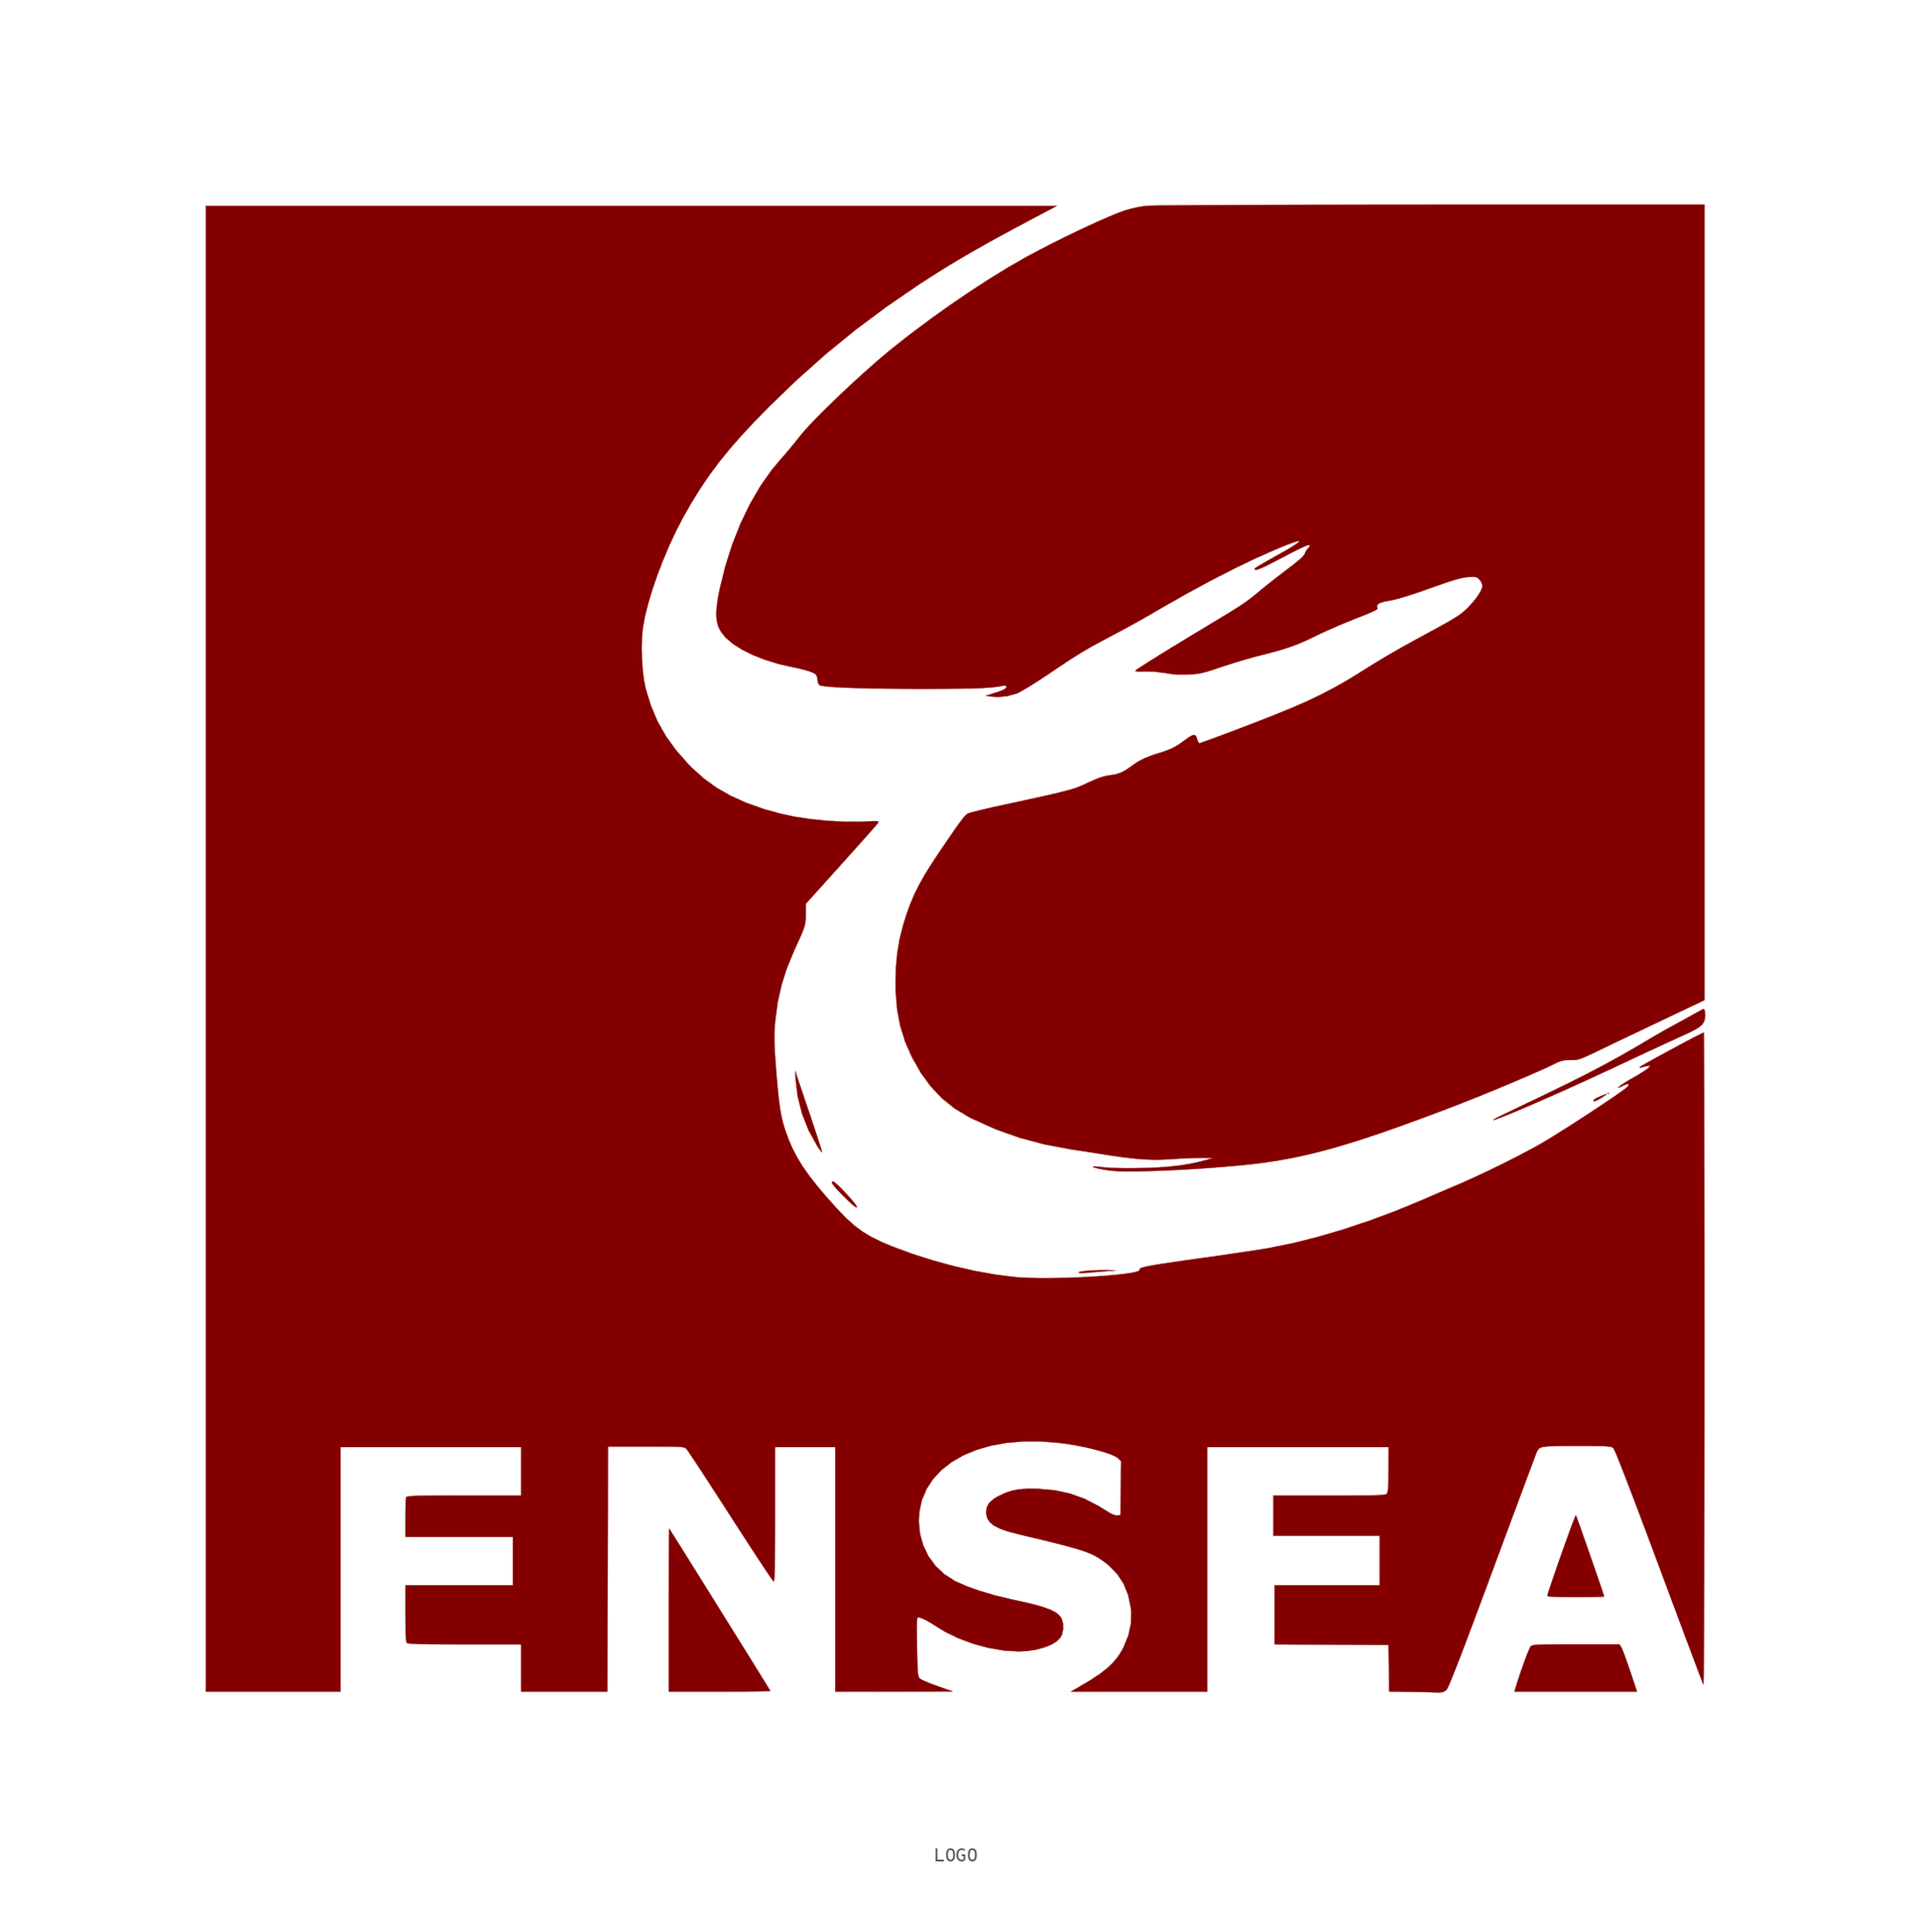
<source format=kicad_sym>
(kicad_symbol_lib
  (version 20220914)
  (generator "bitmap2component")
  (generator_version "9.0")
  (symbol "LOGO"
    (pin_names
      (offset 1.016))
    (property "Reference" "#G"
      (at 0 52.705 0)
      (effects (font (size 1.27 1.27)) hide))
    (symbol "LOGO_0_0"
      (polyline (pts (xy 34.953 -53.285) (xy 35.168 -53.15) (xy 35.194 -53.116) (xy 35.26 -52.998) (xy 35.355 -52.798) (xy 35.48 -52.507) (xy 35.638 -52.12) (xy 35.833 -51.629) (xy 36.067 -51.027) (xy 36.343 -50.308) (xy 36.663 -49.464) (xy 37.03 -48.488) (xy 37.447 -47.374) (xy 37.916 -46.115) (xy 38.44 -44.704) (xy 38.78 -43.789) (xy 39.19 -42.684) (xy 39.583 -41.628) (xy 39.952 -40.633) (xy 40.296 -39.709) (xy 40.609 -38.868) (xy 40.888 -38.12) (xy 41.128 -37.476) (xy 41.326 -36.947) (xy 41.477 -36.545) (xy 41.577 -36.279) (xy 41.623 -36.161) (xy 41.674 -36.039) (xy 41.737 -35.922) (xy 41.819 -35.831) (xy 41.938 -35.763) (xy 42.115 -35.715) (xy 42.367 -35.682) (xy 42.713 -35.663) (xy 43.172 -35.652) (xy 43.763 -35.648) (xy 44.504 -35.647) (xy 44.786 -35.647) (xy 45.447 -35.648) (xy 45.965 -35.651) (xy 46.358 -35.659) (xy 46.648 -35.672) (xy 46.852 -35.69) (xy 46.99 -35.716) (xy 47.081 -35.75) (xy 47.144 -35.793) (xy 47.157 -35.809) (xy 47.235 -35.964) (xy 47.37 -36.277) (xy 47.562 -36.746) (xy 47.808 -37.37) (xy 48.11 -38.147) (xy 48.466 -39.075) (xy 48.875 -40.155) (xy 49.338 -41.383) (xy 49.854 -42.759) (xy 50.422 -44.281) (xy 50.8 -45.297) (xy 51.21 -46.397) (xy 51.602 -47.445) (xy 51.969 -48.429) (xy 52.31 -49.34) (xy 52.62 -50.165) (xy 52.894 -50.895) (xy 53.13 -51.52) (xy 53.322 -52.028) (xy 53.467 -52.409) (xy 53.561 -52.652) (xy 53.6 -52.747) (xy 53.606 -52.683) (xy 53.612 -52.457) (xy 53.619 -52.072) (xy 53.625 -51.537) (xy 53.63 -50.855) (xy 53.636 -50.035) (xy 53.641 -49.081) (xy 53.646 -48) (xy 53.651 -46.798) (xy 53.655 -45.48) (xy 53.659 -44.054) (xy 53.663 -42.525) (xy 53.666 -40.898) (xy 53.669 -39.181) (xy 53.671 -37.379) (xy 53.673 -35.498) (xy 53.675 -33.544) (xy 53.675 -31.524) (xy 53.676 -29.443) (xy 53.676 -28.787) (xy 53.676 -26.82) (xy 53.675 -24.901) (xy 53.675 -23.034) (xy 53.674 -21.229) (xy 53.672 -19.49) (xy 53.67 -17.825) (xy 53.668 -16.241) (xy 53.666 -14.744) (xy 53.663 -13.342) (xy 53.661 -12.041) (xy 53.658 -10.848) (xy 53.654 -9.77) (xy 53.651 -8.814) (xy 53.647 -7.986) (xy 53.643 -7.293) (xy 53.639 -6.743) (xy 53.635 -6.341) (xy 53.631 -6.095) (xy 53.627 -6.011) (xy 53.605 -6.017) (xy 53.458 -6.084) (xy 53.196 -6.215) (xy 52.84 -6.399) (xy 52.414 -6.623) (xy 51.938 -6.876) (xy 51.436 -7.145) (xy 50.929 -7.42) (xy 50.439 -7.687) (xy 49.989 -7.935) (xy 49.6 -8.152) (xy 49.295 -8.326) (xy 49.096 -8.445) (xy 49.024 -8.497) (xy 49.05 -8.528) (xy 49.17 -8.512) (xy 49.337 -8.46) (xy 49.572 -8.405) (xy 49.579 -8.404) (xy 49.747 -8.377) (xy 49.769 -8.412) (xy 49.666 -8.538) (xy 49.534 -8.647) (xy 49.287 -8.815) (xy 48.962 -9.017) (xy 48.593 -9.232) (xy 48.429 -9.325) (xy 48.1 -9.521) (xy 47.828 -9.695) (xy 47.627 -9.834) (xy 47.512 -9.928) (xy 47.497 -9.966) (xy 47.596 -9.936) (xy 47.824 -9.828) (xy 47.998 -9.743) (xy 48.175 -9.683) (xy 48.241 -9.716) (xy 48.214 -9.844) (xy 48.207 -9.855) (xy 48.093 -9.958) (xy 47.856 -10.137) (xy 47.514 -10.382) (xy 47.084 -10.679) (xy 46.584 -11.018) (xy 46.03 -11.389) (xy 45.439 -11.778) (xy 44.83 -12.176) (xy 44.219 -12.57) (xy 43.623 -12.95) (xy 43.06 -13.303) (xy 42.547 -13.62) (xy 42.102 -13.887) (xy 41.741 -14.095) (xy 41.08 -14.455) (xy 40.05 -14.994) (xy 38.962 -15.54) (xy 37.867 -16.068) (xy 36.815 -16.555) (xy 35.856 -16.975) (xy 35.636 -17.068) (xy 35.067 -17.311) (xy 34.48 -17.562) (xy 33.933 -17.797) (xy 33.486 -17.991) (xy 33.372 -18.041) (xy 31.513 -18.808) (xy 29.628 -19.509) (xy 27.748 -20.134) (xy 25.902 -20.674) (xy 24.122 -21.12) (xy 22.437 -21.46) (xy 22.428 -21.462) (xy 22.056 -21.524) (xy 21.544 -21.605) (xy 20.921 -21.7) (xy 20.214 -21.806) (xy 19.45 -21.918) (xy 18.658 -22.032) (xy 17.865 -22.144) (xy 17.368 -22.213) (xy 16.424 -22.347) (xy 15.629 -22.461) (xy 14.972 -22.559) (xy 14.44 -22.643) (xy 14.021 -22.714) (xy 13.702 -22.776) (xy 13.471 -22.831) (xy 13.316 -22.88) (xy 13.224 -22.927) (xy 13.184 -22.973) (xy 13.181 -23.022) (xy 13.182 -23.032) (xy 13.099 -23.107) (xy 12.867 -23.18) (xy 12.503 -23.252) (xy 12.024 -23.319) (xy 11.45 -23.382) (xy 10.796 -23.44) (xy 10.082 -23.491) (xy 9.324 -23.535) (xy 8.54 -23.57) (xy 7.749 -23.595) (xy 6.966 -23.61) (xy 6.211 -23.613) (xy 5.501 -23.603) (xy 4.853 -23.579) (xy 4.285 -23.541) (xy 4.282 -23.541) (xy 2.913 -23.374) (xy 1.448 -23.115) (xy -0.073 -22.771) (xy -1.612 -22.352) (xy -3.13 -21.869) (xy -4.589 -21.33) (xy -5.302 -21.03) (xy -6.042 -20.668) (xy -6.69 -20.276) (xy -7.289 -19.828) (xy -7.878 -19.295) (xy -8.501 -18.647) (xy -9.267 -17.792) (xy -9.93 -17.011) (xy -10.49 -16.296) (xy -10.961 -15.629) (xy -11.356 -14.988) (xy -11.688 -14.353) (xy -11.972 -13.703) (xy -12.221 -13.018) (xy -12.305 -12.756) (xy -12.414 -12.368) (xy -12.507 -11.959) (xy -12.588 -11.506) (xy -12.662 -10.983) (xy -12.731 -10.365) (xy -12.8 -9.628) (xy -12.873 -8.747) (xy -12.877 -8.7) (xy -12.931 -7.972) (xy -12.971 -7.381) (xy -12.995 -6.895) (xy -13.006 -6.484) (xy -13.003 -6.117) (xy -12.988 -5.763) (xy -12.961 -5.393) (xy -12.932 -5.074) (xy -12.756 -3.782) (xy -12.484 -2.57) (xy -12.102 -1.38) (xy -11.595 -0.155) (xy -11.427 0.215) (xy -11.202 0.711) (xy -11.035 1.094) (xy -10.915 1.391) (xy -10.836 1.627) (xy -10.789 1.828) (xy -10.765 2.02) (xy -10.756 2.228) (xy -10.755 2.48) (xy -10.753 3.224) (xy -8.192 6.067) (xy -7.777 6.528) (xy -7.272 7.091) (xy -6.809 7.608) (xy -6.402 8.066) (xy -6.061 8.452) (xy -5.798 8.751) (xy -5.626 8.952) (xy -5.555 9.04) (xy -5.547 9.056) (xy -5.544 9.105) (xy -5.61 9.134) (xy -5.769 9.145) (xy -6.047 9.139) (xy -6.468 9.118) (xy -6.827 9.103) (xy -7.979 9.104) (xy -9.189 9.168) (xy -10.403 9.292) (xy -11.565 9.469) (xy -12.618 9.695) (xy -13.746 10.011) (xy -15.009 10.455) (xy -16.142 10.965) (xy -17.162 11.551) (xy -18.086 12.222) (xy -18.932 12.986) (xy -19.157 13.215) (xy -20.047 14.223) (xy -20.785 15.247) (xy -21.387 16.313) (xy -21.866 17.446) (xy -22.238 18.669) (xy -22.353 19.244) (xy -22.443 19.963) (xy -22.499 20.747) (xy -22.518 21.544) (xy -22.499 22.303) (xy -22.439 22.971) (xy -22.433 23.017) (xy -22.284 23.824) (xy -22.054 24.74) (xy -21.754 25.736) (xy -21.395 26.782) (xy -20.987 27.848) (xy -20.541 28.903) (xy -20.069 29.917) (xy -19.581 30.861) (xy -19.553 30.911) (xy -18.94 31.987) (xy -18.314 32.996) (xy -17.659 33.961) (xy -16.955 34.905) (xy -16.186 35.853) (xy -15.332 36.827) (xy -14.375 37.851) (xy -13.298 38.948) (xy -11.373 40.802) (xy -9.309 42.638) (xy -7.188 44.368) (xy -4.973 46.022) (xy -2.626 47.63) (xy -2.557 47.675) (xy -1.687 48.238) (xy -0.822 48.781) (xy 0.062 49.318) (xy 0.987 49.861) (xy 1.975 50.423) (xy 3.049 51.019) (xy 4.232 51.659) (xy 5.546 52.359) (xy 7.239 53.254) (xy -23.262 53.255) (xy -53.763 53.255) (xy -53.763 0) (xy -53.763 -53.255) (xy -48.937 -53.255) (xy -44.111 -53.255) (xy -44.111 -44.492) (xy -44.111 -35.729) (xy -37.634 -35.729) (xy -31.157 -35.729) (xy -31.157 -37.465) (xy -31.157 -39.201) (xy -35.255 -39.201) (xy -35.907 -39.201) (xy -36.747 -39.202) (xy -37.441 -39.205) (xy -38.004 -39.209) (xy -38.447 -39.217) (xy -38.787 -39.226) (xy -39.035 -39.24) (xy -39.208 -39.257) (xy -39.317 -39.278) (xy -39.378 -39.304) (xy -39.403 -39.334) (xy -39.414 -39.391) (xy -39.43 -39.602) (xy -39.443 -39.932) (xy -39.452 -40.347) (xy -39.455 -40.816) (xy -39.455 -42.164) (xy -35.602 -42.164) (xy -31.75 -42.164) (xy -31.75 -43.9) (xy -31.75 -45.635) (xy -35.602 -45.635) (xy -39.455 -45.635) (xy -39.455 -47.65) (xy -39.454 -48.051) (xy -39.448 -48.67) (xy -39.435 -49.139) (xy -39.416 -49.469) (xy -39.389 -49.675) (xy -39.353 -49.767) (xy -39.335 -49.778) (xy -39.228 -49.801) (xy -39.026 -49.821) (xy -38.717 -49.836) (xy -38.29 -49.849) (xy -37.736 -49.858) (xy -37.044 -49.864) (xy -36.204 -49.867) (xy -35.205 -49.869) (xy -31.157 -49.869) (xy -31.157 -51.562) (xy -31.157 -53.255) (xy -28.067 -53.255) (xy -24.977 -53.255) (xy -24.956 -44.471) (xy -24.934 -35.687) (xy -22.206 -35.687) (xy -21.832 -35.687) (xy -21.153 -35.688) (xy -20.616 -35.691) (xy -20.204 -35.697) (xy -19.897 -35.707) (xy -19.677 -35.723) (xy -19.526 -35.745) (xy -19.427 -35.774) (xy -19.359 -35.812) (xy -19.305 -35.86) (xy -19.29 -35.878) (xy -19.186 -36.024) (xy -19.002 -36.295) (xy -18.745 -36.68) (xy -18.424 -37.166) (xy -18.048 -37.741) (xy -17.624 -38.392) (xy -17.16 -39.108) (xy -16.664 -39.874) (xy -16.146 -40.68) (xy -15.952 -40.98) (xy -15.445 -41.767) (xy -14.965 -42.506) (xy -14.521 -43.187) (xy -14.122 -43.797) (xy -13.774 -44.323) (xy -13.485 -44.755) (xy -13.264 -45.08) (xy -13.119 -45.286) (xy -13.056 -45.361) (xy -13.04 -45.349) (xy -13.02 -45.265) (xy -13.003 -45.092) (xy -12.989 -44.821) (xy -12.977 -44.442) (xy -12.968 -43.944) (xy -12.962 -43.317) (xy -12.957 -42.551) (xy -12.955 -41.636) (xy -12.954 -40.562) (xy -12.954 -35.729) (xy -10.795 -35.729) (xy -8.636 -35.729) (xy -8.636 -44.492) (xy -8.636 -53.255) (xy -4.424 -53.251) (xy -0.212 -53.246) (xy -1.312 -52.861) (xy -1.409 -52.827) (xy -1.819 -52.674) (xy -2.174 -52.528) (xy -2.438 -52.405) (xy -2.577 -52.319) (xy -2.625 -52.263) (xy -2.666 -52.181) (xy -2.697 -52.056) (xy -2.72 -51.866) (xy -2.739 -51.59) (xy -2.753 -51.208) (xy -2.766 -50.699) (xy -2.778 -50.041) (xy -2.779 -49.989) (xy -2.789 -49.333) (xy -2.793 -48.827) (xy -2.791 -48.453) (xy -2.781 -48.194) (xy -2.763 -48.031) (xy -2.736 -47.947) (xy -2.699 -47.923) (xy -2.678 -47.925) (xy -2.457 -47.987) (xy -2.143 -48.131) (xy -1.772 -48.338) (xy -1.379 -48.589) (xy -0.766 -48.966) (xy 0.205 -49.438) (xy 1.26 -49.828) (xy 2.357 -50.123) (xy 3.452 -50.31) (xy 4.503 -50.376) (xy 5.053 -50.351) (xy 5.707 -50.258) (xy 6.309 -50.103) (xy 6.83 -49.897) (xy 7.242 -49.649) (xy 7.514 -49.369) (xy 7.609 -49.18) (xy 7.697 -48.787) (xy 7.688 -48.371) (xy 7.579 -48.008) (xy 7.54 -47.941) (xy 7.375 -47.743) (xy 7.132 -47.562) (xy 6.794 -47.39) (xy 6.349 -47.223) (xy 5.779 -47.054) (xy 5.072 -46.879) (xy 4.211 -46.689) (xy 3.934 -46.63) (xy 2.798 -46.353) (xy 1.75 -46.045) (xy 0.816 -45.714) (xy 0.024 -45.369) (xy -0.068 -45.323) (xy -0.813 -44.846) (xy -1.446 -44.251) (xy -1.956 -43.555) (xy -2.333 -42.775) (xy -2.568 -41.925) (xy -2.65 -41.023) (xy -2.611 -40.369) (xy -2.425 -39.518) (xy -2.093 -38.732) (xy -1.624 -38.016) (xy -1.026 -37.373) (xy -0.307 -36.809) (xy 0.526 -36.328) (xy 1.464 -35.934) (xy 2.499 -35.631) (xy 3.624 -35.425) (xy 4.829 -35.32) (xy 6.107 -35.319) (xy 7.451 -35.429) (xy 7.979 -35.5) (xy 8.689 -35.619) (xy 9.378 -35.759) (xy 10.022 -35.912) (xy 10.596 -36.074) (xy 11.076 -36.236) (xy 11.436 -36.392) (xy 11.653 -36.537) (xy 11.856 -36.741) (xy 11.834 -38.669) (xy 11.811 -40.598) (xy 11.571 -40.625) (xy 11.524 -40.627) (xy 11.326 -40.585) (xy 11.054 -40.456) (xy 10.682 -40.227) (xy 10.238 -39.95) (xy 9.228 -39.431) (xy 8.195 -39.059) (xy 7.106 -38.825) (xy 5.927 -38.718) (xy 5.889 -38.717) (xy 5.169 -38.71) (xy 4.569 -38.751) (xy 4.045 -38.849) (xy 3.554 -39.011) (xy 3.054 -39.246) (xy 2.737 -39.433) (xy 2.415 -39.711) (xy 2.235 -40.019) (xy 2.178 -40.379) (xy 2.183 -40.501) (xy 2.26 -40.826) (xy 2.438 -41.106) (xy 2.733 -41.35) (xy 3.158 -41.567) (xy 3.725 -41.768) (xy 4.448 -41.961) (xy 5.387 -42.185) (xy 6.322 -42.41) (xy 7.12 -42.607) (xy 7.795 -42.78) (xy 8.362 -42.934) (xy 8.837 -43.075) (xy 9.234 -43.206) (xy 9.568 -43.333) (xy 9.854 -43.461) (xy 10.106 -43.594) (xy 10.34 -43.739) (xy 10.57 -43.899) (xy 10.811 -44.079) (xy 10.976 -44.211) (xy 11.576 -44.821) (xy 12.039 -45.531) (xy 12.365 -46.34) (xy 12.554 -47.25) (xy 12.581 -47.529) (xy 12.56 -48.38) (xy 12.378 -49.225) (xy 12.031 -50.08) (xy 11.906 -50.318) (xy 11.618 -50.769) (xy 11.271 -51.187) (xy 10.845 -51.59) (xy 10.32 -51.997) (xy 9.676 -52.425) (xy 8.892 -52.892) (xy 8.259 -53.255) (xy 13.146 -53.255) (xy 18.034 -53.255) (xy 18.034 -44.492) (xy 18.034 -35.729) (xy 24.536 -35.729) (xy 31.038 -35.729) (xy 31.032 -37.327) (xy 31.032 -37.519) (xy 31.024 -38.078) (xy 31.01 -38.493) (xy 30.988 -38.783) (xy 30.955 -38.967) (xy 30.912 -39.063) (xy 30.891 -39.083) (xy 30.833 -39.112) (xy 30.735 -39.136) (xy 30.583 -39.155) (xy 30.362 -39.17) (xy 30.058 -39.181) (xy 29.656 -39.19) (xy 29.143 -39.195) (xy 28.503 -39.199) (xy 27.722 -39.2) (xy 26.787 -39.201) (xy 22.775 -39.201) (xy 22.775 -40.64) (xy 22.775 -42.079) (xy 26.585 -42.079) (xy 30.395 -42.079) (xy 30.395 -43.857) (xy 30.395 -45.635) (xy 26.628 -45.635) (xy 22.86 -45.635) (xy 22.86 -47.751) (xy 22.86 -49.867) (xy 26.945 -49.889) (xy 31.03 -49.911) (xy 31.053 -51.581) (xy 31.076 -53.252) (xy 32.662 -53.277) (xy 33.139 -53.285) (xy 33.638 -53.294) (xy 34.071 -53.304) (xy 34.404 -53.313) (xy 34.603 -53.321) (xy 34.681 -53.323) (xy 34.953 -53.285)) (stroke (width 0.01) (type default)) (fill (type outline)))
      (polyline (pts (xy -16.453 -53.255) (xy -15.718 -53.253) (xy -15.049 -53.249) (xy -14.463 -53.244) (xy -13.977 -53.237) (xy -13.608 -53.23) (xy -13.374 -53.222) (xy -13.293 -53.213) (xy -13.328 -53.152) (xy -13.445 -52.96) (xy -13.636 -52.649) (xy -13.893 -52.232) (xy -14.209 -51.723) (xy -14.574 -51.134) (xy -14.981 -50.479) (xy -15.421 -49.77) (xy -15.887 -49.022) (xy -16.37 -48.245) (xy -16.863 -47.455) (xy -17.356 -46.664) (xy -17.841 -45.885) (xy -18.312 -45.132) (xy -18.759 -44.416) (xy -19.174 -43.752) (xy -19.549 -43.152) (xy -19.877 -42.63) (xy -20.148 -42.198) (xy -20.355 -41.871) (xy -20.489 -41.66) (xy -20.543 -41.578) (xy -20.546 -41.612) (xy -20.551 -41.794) (xy -20.556 -42.123) (xy -20.56 -42.585) (xy -20.564 -43.167) (xy -20.568 -43.855) (xy -20.57 -44.636) (xy -20.572 -45.496) (xy -20.574 -46.421) (xy -20.574 -47.399) (xy -20.574 -53.255) (xy -16.933 -53.255) (xy -16.453 -53.255)) (stroke (width 0.01) (type default)) (fill (type outline)))
      (polyline (pts (xy 48.341 -51.763) (xy 48.186 -51.309) (xy 48.028 -50.862) (xy 47.888 -50.486) (xy 47.779 -50.212) (xy 47.71 -50.069) (xy 47.579 -49.869) (xy 44.461 -49.869) (xy 43.955 -49.869) (xy 43.235 -49.87) (xy 42.658 -49.873) (xy 42.207 -49.88) (xy 41.865 -49.889) (xy 41.616 -49.903) (xy 41.444 -49.922) (xy 41.331 -49.947) (xy 41.26 -49.978) (xy 41.216 -50.017) (xy 41.173 -50.09) (xy 41.074 -50.312) (xy 40.941 -50.642) (xy 40.787 -51.051) (xy 40.622 -51.507) (xy 40.457 -51.98) (xy 40.305 -52.439) (xy 40.175 -52.853) (xy 40.055 -53.255) (xy 44.448 -53.255) (xy 48.84 -53.255) (xy 48.341 -51.763)) (stroke (width 0.01) (type default)) (fill (type outline)))
      (polyline (pts (xy 44.847 -46.481) (xy 45.374 -46.477) (xy 45.824 -46.469) (xy 46.174 -46.46) (xy 46.401 -46.448) (xy 46.482 -46.435) (xy 46.475 -46.407) (xy 46.424 -46.243) (xy 46.328 -45.952) (xy 46.194 -45.557) (xy 46.031 -45.079) (xy 45.846 -44.541) (xy 45.646 -43.965) (xy 45.44 -43.372) (xy 45.235 -42.785) (xy 45.039 -42.227) (xy 44.86 -41.718) (xy 44.704 -41.281) (xy 44.581 -40.938) (xy 44.497 -40.711) (xy 44.46 -40.623) (xy 44.445 -40.642) (xy 44.38 -40.791) (xy 44.272 -41.065) (xy 44.129 -41.445) (xy 43.959 -41.907) (xy 43.769 -42.432) (xy 43.567 -42.996) (xy 43.359 -43.58) (xy 43.155 -44.161) (xy 42.962 -44.718) (xy 42.786 -45.229) (xy 42.636 -45.673) (xy 42.52 -46.028) (xy 42.445 -46.274) (xy 42.418 -46.388) (xy 42.431 -46.404) (xy 42.55 -46.433) (xy 42.802 -46.455) (xy 43.197 -46.47) (xy 43.743 -46.479) (xy 44.45 -46.482) (xy 44.847 -46.481)) (stroke (width 0.01) (type default)) (fill (type outline)))
      (polyline (pts (xy 9.377 -23.234) (xy 9.435 -23.229) (xy 9.823 -23.195) (xy 10.277 -23.155) (xy 10.71 -23.118) (xy 11.472 -23.053) (xy 10.787 -23.041) (xy 10.697 -23.04) (xy 10.253 -23.044) (xy 9.817 -23.061) (xy 9.423 -23.089) (xy 9.101 -23.126) (xy 8.885 -23.167) (xy 8.805 -23.212) (xy 8.805 -23.213) (xy 8.886 -23.242) (xy 9.091 -23.249) (xy 9.377 -23.234)) (stroke (width 0.01) (type default)) (fill (type outline)))
      (polyline (pts (xy -7.074 -18.535) (xy -7.118 -18.435) (xy -7.255 -18.247) (xy -7.461 -17.998) (xy -7.712 -17.714) (xy -7.982 -17.422) (xy -8.25 -17.146) (xy -8.489 -16.916) (xy -8.675 -16.755) (xy -8.784 -16.691) (xy -8.83 -16.69) (xy -8.886 -16.733) (xy -8.84 -16.853) (xy -8.685 -17.058) (xy -8.416 -17.355) (xy -8.025 -17.756) (xy -7.677 -18.096) (xy -7.374 -18.369) (xy -7.173 -18.518) (xy -7.077 -18.541) (xy -7.074 -18.535)) (stroke (width 0.01) (type default)) (fill (type outline)))
      (polyline (pts (xy 12.97 -15.957) (xy 13.791 -15.941) (xy 14.694 -15.91) (xy 15.662 -15.867) (xy 16.672 -15.813) (xy 17.706 -15.748) (xy 18.742 -15.672) (xy 19.761 -15.588) (xy 20.743 -15.495) (xy 21.141 -15.453) (xy 22.12 -15.332) (xy 23.086 -15.187) (xy 24.054 -15.013) (xy 25.039 -14.805) (xy 26.056 -14.559) (xy 27.12 -14.271) (xy 28.247 -13.938) (xy 29.451 -13.554) (xy 30.748 -13.115) (xy 32.153 -12.618) (xy 33.682 -12.058) (xy 35.348 -11.431) (xy 35.428 -11.4) (xy 36.225 -11.091) (xy 37.077 -10.754) (xy 37.959 -10.398) (xy 38.849 -10.032) (xy 39.723 -9.668) (xy 40.557 -9.314) (xy 41.328 -8.981) (xy 42.011 -8.679) (xy 42.583 -8.417) (xy 43.021 -8.206) (xy 43.121 -8.158) (xy 43.418 -8.04) (xy 43.709 -7.986) (xy 44.08 -7.977) (xy 44.107 -7.977) (xy 44.315 -7.977) (xy 44.497 -7.961) (xy 44.683 -7.921) (xy 44.902 -7.846) (xy 45.185 -7.726) (xy 45.561 -7.552) (xy 46.059 -7.313) (xy 46.069 -7.308) (xy 46.472 -7.114) (xy 47.002 -6.86) (xy 47.628 -6.56) (xy 48.325 -6.228) (xy 49.066 -5.875) (xy 49.822 -5.515) (xy 50.567 -5.161) (xy 53.678 -3.683) (xy 53.678 24.828) (xy 53.679 53.34) (xy 34.057 53.339) (xy 32.035 53.338) (xy 29.872 53.337) (xy 27.827 53.335) (xy 25.903 53.333) (xy 24.105 53.329) (xy 22.436 53.325) (xy 20.899 53.321) (xy 19.499 53.316) (xy 18.238 53.31) (xy 17.121 53.303) (xy 16.152 53.297) (xy 15.334 53.289) (xy 14.67 53.281) (xy 14.164 53.272) (xy 13.821 53.263) (xy 13.643 53.254) (xy 13.57 53.245) (xy 13.084 53.167) (xy 12.567 53.053) (xy 12.119 52.925) (xy 12.093 52.916) (xy 11.596 52.732) (xy 10.977 52.478) (xy 10.259 52.164) (xy 9.466 51.803) (xy 8.621 51.406) (xy 7.749 50.982) (xy 6.873 50.545) (xy 6.018 50.105) (xy 5.207 49.673) (xy 5.083 49.606) (xy 3.818 48.883) (xy 2.47 48.057) (xy 1.066 47.147) (xy -0.365 46.173) (xy -1.793 45.155) (xy -3.191 44.111) (xy -4.53 43.06) (xy -4.65 42.963) (xy -5.27 42.446) (xy -5.939 41.868) (xy -6.639 41.245) (xy -7.351 40.596) (xy -8.059 39.936) (xy -8.743 39.283) (xy -9.387 38.653) (xy -9.972 38.065) (xy -10.481 37.534) (xy -10.896 37.077) (xy -11.198 36.712) (xy -11.42 36.43) (xy -11.809 35.953) (xy -12.216 35.47) (xy -12.582 35.052) (xy -13.19 34.327) (xy -14.01 33.163) (xy -14.762 31.868) (xy -15.439 30.461) (xy -16.032 28.958) (xy -16.532 27.378) (xy -16.931 25.739) (xy -17.042 25.166) (xy -17.139 24.495) (xy -17.168 23.94) (xy -17.127 23.475) (xy -17.014 23.075) (xy -16.824 22.717) (xy -16.557 22.376) (xy -16.482 22.296) (xy -15.972 21.86) (xy -15.321 21.445) (xy -14.55 21.061) (xy -13.684 20.719) (xy -12.745 20.429) (xy -11.757 20.201) (xy -11.536 20.158) (xy -10.99 20.033) (xy -10.542 19.906) (xy -10.215 19.783) (xy -10.033 19.673) (xy -10.029 19.669) (xy -9.942 19.495) (xy -9.906 19.259) (xy -9.877 19.049) (xy -9.758 18.892) (xy -9.649 18.858) (xy -9.36 18.813) (xy -8.917 18.772) (xy -8.333 18.736) (xy -7.615 18.704) (xy -6.776 18.677) (xy -5.823 18.656) (xy -4.768 18.641) (xy -3.62 18.632) (xy -2.389 18.629) (xy -1.478 18.631) (xy -0.54 18.635) (xy 0.26 18.643) (xy 0.937 18.655) (xy 1.509 18.672) (xy 1.993 18.694) (xy 2.404 18.722) (xy 2.761 18.757) (xy 3.078 18.799) (xy 3.374 18.85) (xy 3.534 18.873) (xy 3.625 18.848) (xy 3.627 18.746) (xy 3.611 18.704) (xy 3.496 18.604) (xy 3.26 18.495) (xy 2.878 18.365) (xy 2.159 18.141) (xy 2.569 18.077) (xy 3.034 18.045) (xy 3.702 18.113) (xy 4.375 18.301) (xy 4.506 18.36) (xy 4.793 18.517) (xy 5.176 18.744) (xy 5.629 19.024) (xy 6.126 19.344) (xy 6.641 19.686) (xy 6.829 19.813) (xy 7.467 20.242) (xy 8.001 20.597) (xy 8.461 20.896) (xy 8.874 21.155) (xy 9.269 21.393) (xy 9.676 21.627) (xy 10.122 21.873) (xy 10.637 22.149) (xy 11.249 22.473) (xy 11.309 22.505) (xy 11.901 22.821) (xy 12.524 23.16) (xy 13.131 23.496) (xy 13.679 23.805) (xy 14.121 24.06) (xy 14.767 24.438) (xy 16.553 25.452) (xy 18.27 26.384) (xy 19.905 27.223) (xy 21.442 27.965) (xy 22.868 28.6) (xy 23.169 28.727) (xy 23.76 28.966) (xy 24.2 29.129) (xy 24.489 29.217) (xy 24.626 29.23) (xy 24.611 29.169) (xy 24.444 29.035) (xy 24.125 28.827) (xy 23.653 28.547) (xy 23.028 28.195) (xy 22.834 28.087) (xy 22.382 27.833) (xy 21.994 27.609) (xy 21.689 27.428) (xy 21.491 27.304) (xy 21.421 27.247) (xy 21.421 27.232) (xy 21.455 27.175) (xy 21.549 27.166) (xy 21.718 27.212) (xy 21.976 27.319) (xy 22.339 27.491) (xy 22.819 27.735) (xy 23.433 28.057) (xy 23.459 28.071) (xy 24.121 28.416) (xy 24.639 28.675) (xy 25.017 28.849) (xy 25.256 28.939) (xy 25.358 28.945) (xy 25.382 28.858) (xy 25.266 28.715) (xy 25.14 28.571) (xy 25.032 28.341) (xy 24.997 28.264) (xy 24.867 28.104) (xy 24.636 27.888) (xy 24.288 27.602) (xy 23.811 27.235) (xy 23.628 27.097) (xy 23.143 26.723) (xy 22.648 26.336) (xy 22.19 25.972) (xy 21.82 25.67) (xy 21.569 25.461) (xy 21.327 25.264) (xy 21.104 25.088) (xy 20.88 24.921) (xy 20.637 24.75) (xy 20.358 24.564) (xy 20.024 24.352) (xy 19.617 24.099) (xy 19.12 23.796) (xy 18.513 23.43) (xy 17.78 22.988) (xy 17.768 22.981) (xy 16.938 22.48) (xy 16.15 22.001) (xy 15.416 21.553) (xy 14.751 21.142) (xy 14.166 20.779) (xy 13.675 20.469) (xy 13.29 20.222) (xy 13.025 20.046) (xy 12.893 19.948) (xy 12.879 19.913) (xy 12.967 19.884) (xy 13.192 19.874) (xy 13.569 19.882) (xy 14.173 19.876) (xy 15.039 19.765) (xy 15.516 19.686) (xy 16.036 19.651) (xy 16.649 19.66) (xy 16.921 19.674) (xy 17.217 19.698) (xy 17.49 19.738) (xy 17.779 19.802) (xy 18.117 19.897) (xy 18.543 20.033) (xy 19.092 20.217) (xy 19.441 20.333) (xy 20.074 20.532) (xy 20.724 20.727) (xy 21.334 20.9) (xy 21.844 21.033) (xy 22.399 21.171) (xy 23.196 21.389) (xy 23.895 21.609) (xy 24.537 21.846) (xy 25.165 22.115) (xy 25.823 22.431) (xy 26.232 22.628) (xy 26.789 22.881) (xy 27.408 23.152) (xy 28.041 23.419) (xy 28.638 23.659) (xy 28.79 23.719) (xy 29.309 23.924) (xy 29.692 24.081) (xy 29.958 24.199) (xy 30.126 24.288) (xy 30.214 24.357) (xy 30.24 24.416) (xy 30.224 24.473) (xy 30.201 24.529) (xy 30.23 24.667) (xy 30.4 24.784) (xy 30.72 24.885) (xy 31.2 24.976) (xy 31.472 25.032) (xy 31.93 25.155) (xy 32.514 25.334) (xy 33.207 25.564) (xy 33.994 25.84) (xy 34.304 25.951) (xy 34.947 26.176) (xy 35.465 26.349) (xy 35.879 26.476) (xy 36.211 26.563) (xy 36.483 26.618) (xy 36.717 26.645) (xy 36.829 26.654) (xy 37.11 26.666) (xy 37.289 26.647) (xy 37.416 26.586) (xy 37.543 26.473) (xy 37.691 26.269) (xy 37.761 26.017) (xy 37.736 25.871) (xy 37.602 25.571) (xy 37.369 25.21) (xy 37.057 24.817) (xy 36.686 24.421) (xy 36.668 24.403) (xy 36.501 24.245) (xy 36.33 24.098) (xy 36.136 23.951) (xy 35.902 23.793) (xy 35.609 23.612) (xy 35.239 23.397) (xy 34.774 23.137) (xy 34.196 22.82) (xy 33.486 22.435) (xy 32.934 22.135) (xy 32.073 21.659) (xy 31.289 21.213) (xy 30.536 20.769) (xy 29.767 20.3) (xy 28.934 19.779) (xy 28.765 19.672) (xy 27.871 19.131) (xy 26.988 18.636) (xy 26.08 18.169) (xy 25.113 17.712) (xy 24.051 17.25) (xy 22.86 16.763) (xy 22.69 16.696) (xy 22.155 16.486) (xy 21.569 16.258) (xy 20.954 16.022) (xy 20.33 15.784) (xy 19.718 15.552) (xy 19.138 15.334) (xy 18.612 15.138) (xy 18.161 14.972) (xy 17.805 14.844) (xy 17.565 14.761) (xy 17.463 14.732) (xy 17.444 14.738) (xy 17.366 14.847) (xy 17.297 15.05) (xy 17.291 15.07) (xy 17.224 15.25) (xy 17.122 15.329) (xy 16.964 15.304) (xy 16.726 15.171) (xy 16.385 14.927) (xy 16.082 14.707) (xy 15.749 14.495) (xy 15.414 14.326) (xy 15.023 14.175) (xy 14.521 14.014) (xy 14.064 13.865) (xy 13.507 13.644) (xy 13.034 13.394) (xy 12.593 13.092) (xy 12.21 12.82) (xy 11.856 12.63) (xy 11.488 12.51) (xy 11.041 12.434) (xy 10.73 12.382) (xy 10.375 12.283) (xy 9.97 12.127) (xy 9.469 11.898) (xy 9.407 11.868) (xy 9.19 11.767) (xy 8.982 11.675) (xy 8.767 11.59) (xy 8.532 11.507) (xy 8.262 11.422) (xy 7.941 11.332) (xy 7.557 11.233) (xy 7.094 11.122) (xy 6.537 10.994) (xy 5.873 10.845) (xy 5.087 10.673) (xy 4.164 10.473) (xy 3.09 10.241) (xy 2.692 10.154) (xy 2.145 10.029) (xy 1.662 9.913) (xy 1.267 9.812) (xy 0.987 9.732) (xy 0.847 9.68) (xy 0.769 9.624) (xy 0.668 9.527) (xy 0.54 9.38) (xy 0.375 9.168) (xy 0.164 8.879) (xy -0.103 8.501) (xy -0.434 8.02) (xy -0.841 7.423) (xy -1.331 6.698) (xy -1.733 6.09) (xy -2.228 5.295) (xy -2.639 4.564) (xy -2.984 3.862) (xy -3.281 3.154) (xy -3.549 2.404) (xy -3.76 1.728) (xy -4.018 0.711) (xy -4.191 -0.293) (xy -4.288 -1.343) (xy -4.318 -2.495) (xy -4.307 -3.081) (xy -4.202 -4.35) (xy -3.979 -5.531) (xy -3.632 -6.654) (xy -3.153 -7.747) (xy -2.512 -8.88) (xy -1.792 -9.868) (xy -0.987 -10.72) (xy -0.088 -11.443) (xy 0.912 -12.046) (xy 1.192 -12.188) (xy 2.858 -12.94) (xy 4.585 -13.552) (xy 6.391 -14.032) (xy 8.297 -14.386) (xy 8.398 -14.401) (xy 8.944 -14.484) (xy 9.572 -14.581) (xy 10.213 -14.68) (xy 10.795 -14.772) (xy 11.23 -14.84) (xy 12.112 -14.965) (xy 12.882 -15.053) (xy 13.575 -15.106) (xy 14.228 -15.127) (xy 14.877 -15.117) (xy 15.558 -15.08) (xy 15.713 -15.069) (xy 16.264 -15.037) (xy 16.816 -15.012) (xy 17.311 -14.997) (xy 17.695 -14.993) (xy 18.5 -15.001) (xy 17.907 -15.16) (xy 17.575 -15.246) (xy 16.825 -15.412) (xy 16.066 -15.538) (xy 15.258 -15.629) (xy 14.361 -15.69) (xy 13.335 -15.725) (xy 12.846 -15.733) (xy 12.143 -15.735) (xy 11.52 -15.726) (xy 11.006 -15.705) (xy 10.631 -15.674) (xy 10.466 -15.655) (xy 10.156 -15.624) (xy 9.934 -15.611) (xy 9.84 -15.617) (xy 9.839 -15.617) (xy 9.884 -15.662) (xy 10.066 -15.721) (xy 10.355 -15.786) (xy 10.721 -15.851) (xy 11.134 -15.91) (xy 11.211 -15.918) (xy 11.66 -15.947) (xy 12.253 -15.96) (xy 12.97 -15.957)) (stroke (width 0.01) (type default)) (fill (type outline)))
      (polyline (pts (xy -9.607 -14.498) (xy -9.675 -14.271) (xy -9.786 -13.92) (xy -9.934 -13.463) (xy -10.113 -12.919) (xy -10.317 -12.306) (xy -10.541 -11.641) (xy -11.515 -8.763) (xy -11.467 -9.483) (xy -11.331 -10.58) (xy -11.021 -11.822) (xy -10.549 -13.017) (xy -9.919 -14.158) (xy -9.91 -14.171) (xy -9.755 -14.4) (xy -9.64 -14.547) (xy -9.588 -14.581) (xy -9.607 -14.498)) (stroke (width 0.01) (type default)) (fill (type outline)))
      (polyline (pts (xy 38.711 -12.233) (xy 38.969 -12.142) (xy 39.331 -12.002) (xy 39.785 -11.818) (xy 40.321 -11.593) (xy 40.792 -11.392) (xy 41.899 -10.913) (xy 42.992 -10.432) (xy 44.105 -9.934) (xy 45.271 -9.403) (xy 46.521 -8.825) (xy 47.89 -8.186) (xy 48.363 -7.964) (xy 49.081 -7.628) (xy 49.789 -7.299) (xy 50.46 -6.988) (xy 51.063 -6.709) (xy 51.571 -6.476) (xy 51.954 -6.302) (xy 52.33 -6.131) (xy 52.783 -5.915) (xy 53.115 -5.738) (xy 53.349 -5.584) (xy 53.507 -5.439) (xy 53.611 -5.285) (xy 53.683 -5.109) (xy 53.701 -5.042) (xy 53.728 -4.813) (xy 53.72 -4.577) (xy 53.682 -4.392) (xy 53.618 -4.318) (xy 53.577 -4.334) (xy 53.412 -4.418) (xy 53.156 -4.556) (xy 52.842 -4.73) (xy 52.73 -4.793) (xy 52.277 -5.045) (xy 51.788 -5.314) (xy 51.35 -5.551) (xy 51.211 -5.627) (xy 50.815 -5.848) (xy 50.343 -6.118) (xy 49.842 -6.409) (xy 49.361 -6.693) (xy 48.703 -7.082) (xy 47.558 -7.736) (xy 46.375 -8.382) (xy 45.123 -9.036) (xy 43.772 -9.715) (xy 42.291 -10.434) (xy 41.704 -10.716) (xy 41.064 -11.022) (xy 40.471 -11.307) (xy 39.946 -11.559) (xy 39.51 -11.768) (xy 39.184 -11.925) (xy 38.989 -12.02) (xy 38.91 -12.058) (xy 38.655 -12.19) (xy 38.543 -12.261) (xy 38.565 -12.274) (xy 38.711 -12.233)) (stroke (width 0.01) (type default)) (fill (type outline)))
      (polyline (pts (xy 45.879 -10.911) (xy 46.122 -10.785) (xy 46.214 -10.732) (xy 46.442 -10.59) (xy 46.601 -10.479) (xy 46.665 -10.418) (xy 46.608 -10.425) (xy 46.281 -10.551) (xy 45.96 -10.694) (xy 45.778 -10.806) (xy 45.72 -10.895) (xy 45.751 -10.941) (xy 45.879 -10.911)) (stroke (width 0.01) (type default)) (fill (type outline)))
      (polyline (pts (xy 46.821 -10.372) (xy 46.778 -10.329) (xy 46.736 -10.372) (xy 46.778 -10.414) (xy 46.821 -10.372)) (stroke (width 0.01) (type default)) (fill (type outline))))))
</source>
